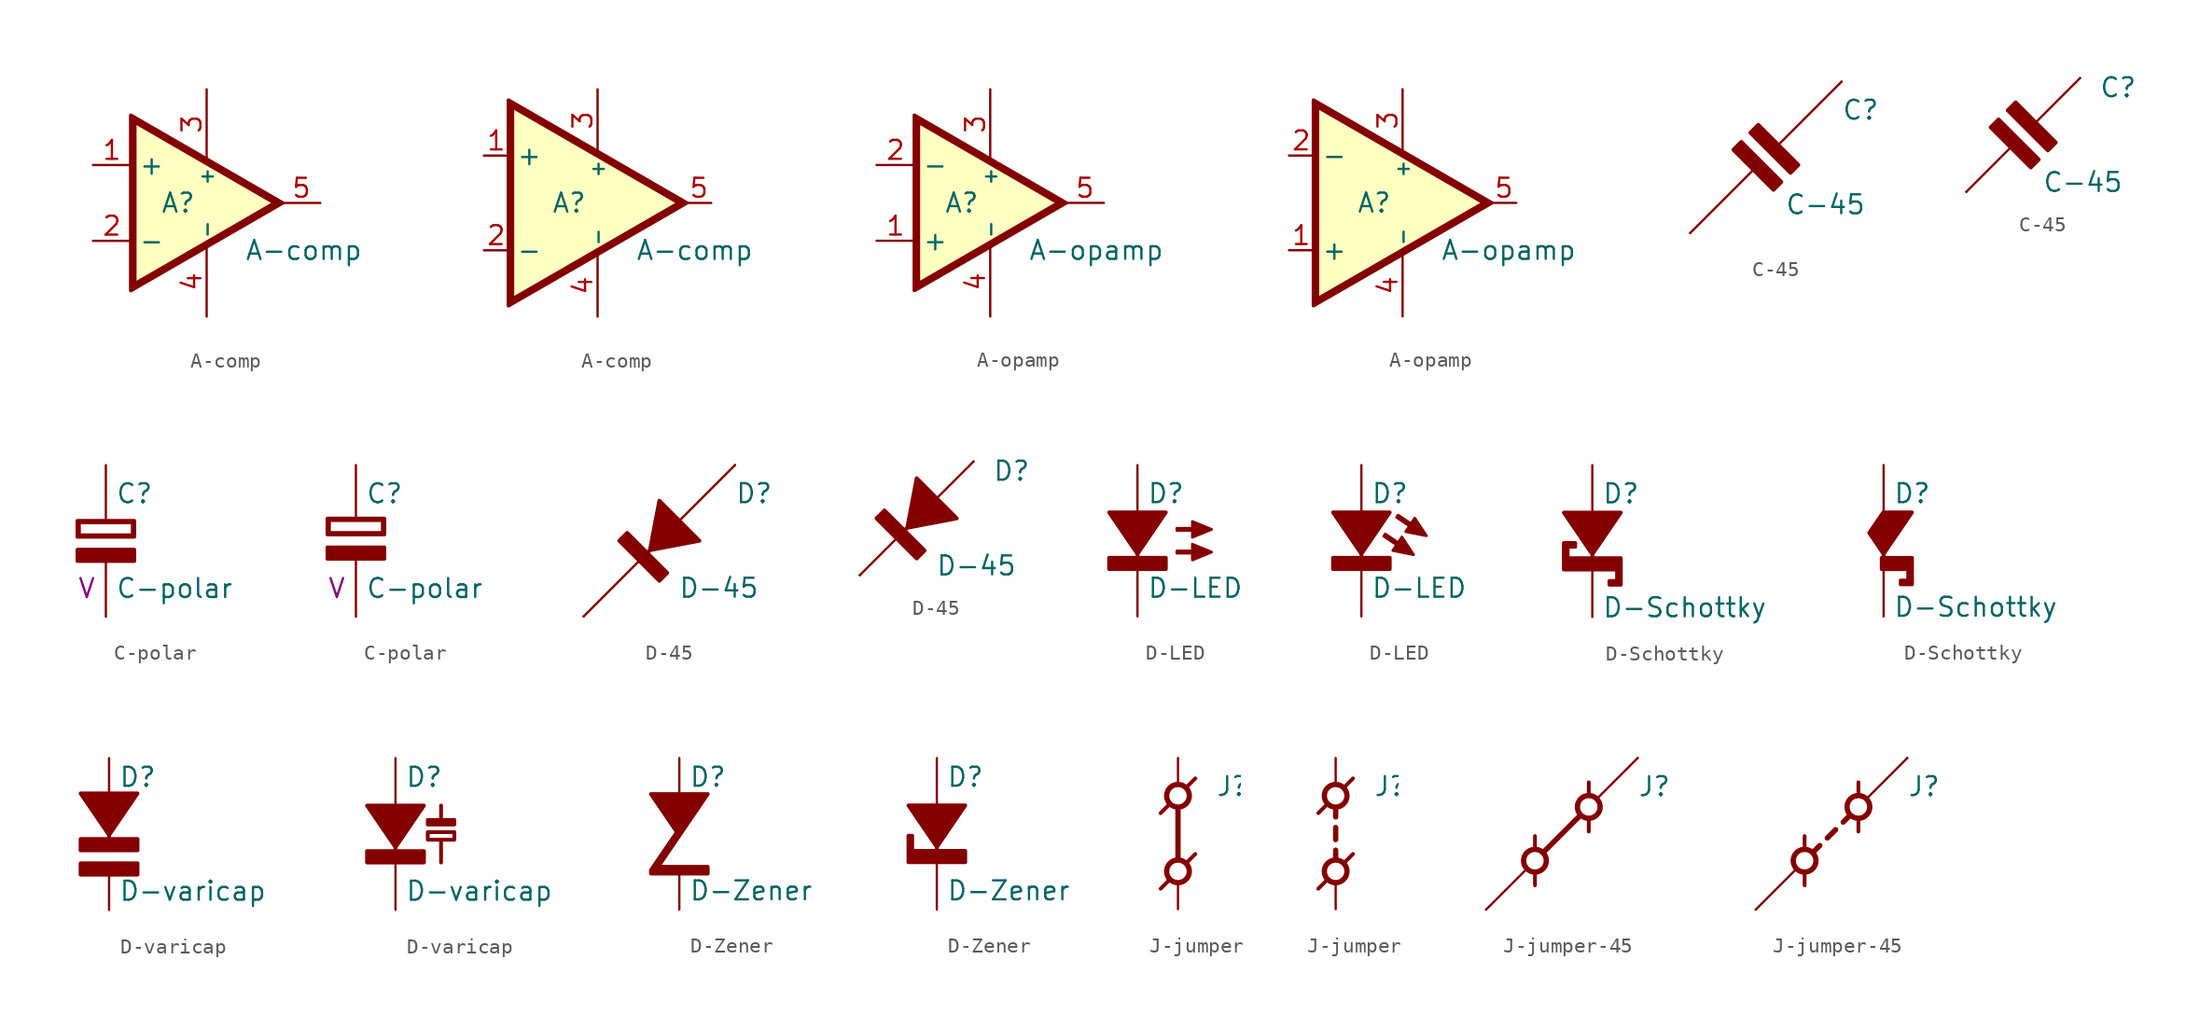
<source format=kicad_sym>
(kicad_symbol_lib
  (version 20220914)
  (generator kicad_symbol_editor)
  (symbol "A-comp"
    (property "Reference" "A"
      (at -1.905 0 0)
      (do_not_autoplace)
      (effects (font (size 1.27 1.27))))
    (property "Value" "A-comp"
      (at 2.54 -3.175 0)
      (effects (font (size 1.27 1.27)) (justify left)))
    (symbol "A-comp_1_1"
      (polyline (pts (xy 4.851 0) (xy -4.953 5.664) (xy -4.953 -5.664) (xy 4.851 0)) (stroke (width -0.051) (type default)) (fill (type background)))
      (polyline (pts (xy 5.08 0) (xy -5.08 5.867) (xy -5.08 -5.867) (xy 5.08 0) (xy 4.572 0) (xy -4.826 -5.436) (xy -4.826 5.436) (xy 4.572 0) (xy 5.08 0)) (stroke (width 0.254) (type default)) (fill (type outline)))
      (pin input line (at -7.62 2.54 0) (length 2.54) (name "+" (effects (font (size 1.27 1.27)))) (number "1" (effects (font (size 1.27 1.27)))))
      (pin input line (at -7.62 -2.54 0) (length 2.54) (name "-" (effects (font (size 1.27 1.27)))) (number "2" (effects (font (size 1.27 1.27)))))
      (pin power_in line (at 0 7.62 270) (length 4.674) (name "+" (effects (font (size 0.914 0.914)))) (number "3" (effects (font (size 1.27 1.27)))))
      (pin power_in line (at 0 -7.62 90) (length 4.674) (name "-" (effects (font (size 0.914 0.914)))) (number "4" (effects (font (size 1.27 1.27)))))
      (pin output line (at 7.62 0 180) (length 2.54) (name "OUT" (effects (font (size 0 0)))) (number "5" (effects (font (size 1.27 1.27))))))
    (symbol "A-comp_1_2"
      (polyline (pts (xy 5.715 0) (xy -5.842 6.655) (xy -5.842 -6.655) (xy 5.715 0)) (stroke (width -0.051) (type default)) (fill (type background)))
      (polyline (pts (xy 5.969 0) (xy -5.969 6.883) (xy -5.969 -6.883) (xy 5.969 0) (xy 5.461 0) (xy -5.715 -6.452) (xy -5.715 6.452) (xy 5.461 0) (xy 5.969 0)) (stroke (width 0.254) (type default)) (fill (type outline)))
      (pin input line (at -7.62 3.175 0) (length 1.651) (name "+" (effects (font (size 1.27 1.27)))) (number "1" (effects (font (size 1.27 1.27)))))
      (pin input line (at -7.62 -3.175 0) (length 1.651) (name "-" (effects (font (size 1.27 1.27)))) (number "2" (effects (font (size 1.27 1.27)))))
      (pin power_in line (at 0 7.62 270) (length 4.166) (name "+" (effects (font (size 0.914 0.914)))) (number "3" (effects (font (size 1.27 1.27)))))
      (pin power_in line (at 0 -7.62 90) (length 4.166) (name "-" (effects (font (size 0.914 0.914)))) (number "4" (effects (font (size 1.27 1.27)))))
      (pin output line (at 7.62 0 180) (length 1.651) (name "OUT" (effects (font (size 0 0)))) (number "5" (effects (font (size 1.27 1.27)))))))
  (symbol "A-opamp"
    (property "Reference" "A"
      (at -1.905 0 0)
      (do_not_autoplace)
      (effects (font (size 1.27 1.27))))
    (property "Value" "A-opamp"
      (at 2.54 -3.175 0)
      (effects (font (size 1.27 1.27)) (justify left)))
    (symbol "A-opamp_1_1"
      (polyline (pts (xy 4.851 0) (xy -4.953 5.664) (xy -4.953 -5.664) (xy 4.851 0)) (stroke (width -0.051) (type default)) (fill (type background)))
      (polyline (pts (xy 5.08 0) (xy -5.08 5.867) (xy -5.08 -5.867) (xy 5.08 0) (xy 4.572 0) (xy -4.826 -5.436) (xy -4.826 5.436) (xy 4.572 0) (xy 5.08 0)) (stroke (width 0.254) (type default)) (fill (type outline)))
      (pin input line (at -7.62 -2.54 0) (length 2.54) (name "+" (effects (font (size 1.27 1.27)))) (number "1" (effects (font (size 1.27 1.27)))))
      (pin input line (at -7.62 2.54 0) (length 2.54) (name "-" (effects (font (size 1.27 1.27)))) (number "2" (effects (font (size 1.27 1.27)))))
      (pin power_in line (at 0 7.62 270) (length 4.674) (name "+" (effects (font (size 0.914 0.914)))) (number "3" (effects (font (size 1.27 1.27)))))
      (pin power_in line (at 0 -7.62 90) (length 4.674) (name "-" (effects (font (size 0.914 0.914)))) (number "4" (effects (font (size 1.27 1.27)))))
      (pin output line (at 7.62 0 180) (length 2.54) (name "OUT" (effects (font (size 0 0)))) (number "5" (effects (font (size 1.27 1.27))))))
    (symbol "A-opamp_1_2"
      (polyline (pts (xy 5.715 0) (xy -5.842 6.655) (xy -5.842 -6.655) (xy 5.715 0)) (stroke (width -0.051) (type default)) (fill (type background)))
      (polyline (pts (xy 5.969 0) (xy -5.969 6.883) (xy -5.969 -6.883) (xy 5.969 0) (xy 5.461 0) (xy -5.715 -6.452) (xy -5.715 6.452) (xy 5.461 0) (xy 5.969 0)) (stroke (width 0.254) (type default)) (fill (type outline)))
      (pin input line (at -7.62 -3.175 0) (length 1.651) (name "+" (effects (font (size 1.27 1.27)))) (number "1" (effects (font (size 1.27 1.27)))))
      (pin input line (at -7.62 3.175 0) (length 1.651) (name "-" (effects (font (size 1.27 1.27)))) (number "2" (effects (font (size 1.27 1.27)))))
      (pin power_in line (at 0 7.62 270) (length 4.166) (name "+" (effects (font (size 0.914 0.914)))) (number "3" (effects (font (size 1.27 1.27)))))
      (pin power_in line (at 0 -7.62 90) (length 4.166) (name "-" (effects (font (size 0.914 0.914)))) (number "4" (effects (font (size 1.27 1.27)))))
      (pin output line (at 7.62 0 180) (length 1.651) (name "OUT" (effects (font (size 0 0)))) (number "5" (effects (font (size 1.27 1.27)))))))
  (symbol "C-45"
    (pin_numbers hide)
    (pin_names
      (offset 0) hide)
    (property "Reference" "C"
      (at 5.08 3.175 0)
      (effects (font (size 1.27 1.27)) (justify left)))
    (property "Value" "C-45"
      (at 1.27 -3.175 0)
      (effects (font (size 1.27 1.27)) (justify left)))
    (symbol "C-45_1_0"
      (polyline (pts (xy -2.184 0.508) (xy 0.508 -2.184) (xy 1.041 -1.651) (xy -1.651 1.041) (xy -2.184 0.508)) (stroke (width 0.254) (type default)) (fill (type outline)))
      (polyline (pts (xy -1.041 1.651) (xy 1.651 -1.041) (xy 2.184 -0.508) (xy -0.508 2.184) (xy -1.041 1.651)) (stroke (width 0.254) (type default)) (fill (type outline))))
    (symbol "C-45_1_1"
      (polyline (pts (xy -0.838 -0.838) (xy -5.08 -5.08)) (stroke (width 0) (type default)) (fill (type none)))
      (polyline (pts (xy 5.08 5.08) (xy 0.838 0.838)) (stroke (width 0) (type default)) (fill (type none)))
      (pin passive line (at 5.08 5.08 270) (length 0) (name "+" (effects (font (size 1.27 1.27)))) (number "1" (effects (font (size 1.27 1.27)))))
      (pin passive line (at -5.08 -5.08 90) (length 0) (name "-" (effects (font (size 1.27 1.27)))) (number "2" (effects (font (size 1.27 1.27))))))
    (symbol "C-45_1_2"
      (polyline (pts (xy -0.838 -0.838) (xy -3.81 -3.81)) (stroke (width 0) (type default)) (fill (type none)))
      (polyline (pts (xy 3.81 3.81) (xy 0.838 0.838)) (stroke (width 0) (type default)) (fill (type none)))
      (pin passive line (at 3.81 3.81 270) (length 0) (name "+" (effects (font (size 1.27 1.27)))) (number "1" (effects (font (size 1.27 1.27)))))
      (pin passive line (at -3.81 -3.81 90) (length 0) (name "-" (effects (font (size 1.27 1.27)))) (number "2" (effects (font (size 1.27 1.27)))))))
  (symbol "C-polar"
    (pin_numbers hide)
    (pin_names
      (offset 0) hide)
    (property "Reference" "C"
      (at 0.635 3.175 0)
      (effects (font (size 1.27 1.27)) (justify left)))
    (property "Value" "C-polar"
      (at 0.635 -3.175 0)
      (effects (font (size 1.27 1.27)) (justify left)))
    (property "Rating" "V"
      (at -0.635 -3.175 0)
      (effects (font (size 1.27 1.27)) (justify right)))
    (symbol "C-polar_1_1"
      (rectangle (start -1.905 -0.584) (end 1.905 -1.346) (stroke (width 0.254) (type default)) (fill (type outline)))
      (polyline (pts (xy -1.905 0.279) (xy 1.905 0.279) (xy 1.905 1.346) (xy -1.905 1.346) (xy -1.905 0.279) (xy -1.803 0.381) (xy -1.803 1.245) (xy 1.803 1.245) (xy 1.803 0.381) (xy -1.803 0.381) (xy -1.905 0.279)) (stroke (width 0.254) (type default)) (fill (type outline)))
      (pin passive line (at 0 5.08 270) (length 3.734) (name "+" (effects (font (size 1.27 1.27)))) (number "1" (effects (font (size 1.27 1.27)))))
      (pin passive line (at 0 -5.08 90) (length 3.734) (name "-" (effects (font (size 1.27 1.27)))) (number "2" (effects (font (size 1.27 1.27))))))
    (symbol "C-polar_1_2"
      (rectangle (start -1.905 -0.432) (end 1.905 -1.194) (stroke (width 0.254) (type default)) (fill (type outline)))
      (polyline (pts (xy -1.905 0.432) (xy 1.905 0.432) (xy 1.905 1.499) (xy -1.905 1.499) (xy -1.905 0.432) (xy -1.803 0.533) (xy -1.803 1.397) (xy 1.803 1.397) (xy 1.803 0.533) (xy -1.803 0.533) (xy -1.905 0.432)) (stroke (width 0.254) (type default)) (fill (type outline)))
      (pin passive line (at 0 5.08 270) (length 3.581) (name "+" (effects (font (size 1.27 1.27)))) (number "1" (effects (font (size 1.27 1.27)))))
      (pin passive line (at 0 -5.08 90) (length 3.886) (name "-" (effects (font (size 1.27 1.27)))) (number "2" (effects (font (size 1.27 1.27)))))))
  (symbol "D-45"
    (pin_numbers hide)
    (pin_names
      (offset 0) hide)
    (property "Reference" "D"
      (at 5.08 3.175 0)
      (effects (font (size 1.27 1.27)) (justify left)))
    (property "Value" "D-45"
      (at 1.27 -3.175 0)
      (effects (font (size 1.27 1.27)) (justify left)))
    (symbol "D-45_1_0"
      (polyline (pts (xy -2.692 0) (xy 0 -2.692) (xy 0.533 -2.159) (xy -0.813 -0.813) (xy -0.635 -0.635) (xy 2.692 0) (xy 0 2.692) (xy -0.635 -0.635) (xy -0.813 -0.813) (xy -2.159 0.533) (xy -2.692 0)) (stroke (width 0.254) (type default)) (fill (type outline))))
    (symbol "D-45_1_1"
      (polyline (pts (xy -1.346 -1.346) (xy -5.08 -5.08)) (stroke (width 0) (type default)) (fill (type none)))
      (polyline (pts (xy 5.08 5.08) (xy 1.346 1.346)) (stroke (width 0) (type default)) (fill (type none)))
      (pin passive line (at -5.08 -5.08 90) (length 0) (name "K-" (effects (font (size 1.27 1.27)))) (number "1" (effects (font (size 1.27 1.27)))))
      (pin passive line (at 5.08 5.08 270) (length 0) (name "A+" (effects (font (size 1.27 1.27)))) (number "2" (effects (font (size 1.27 1.27))))))
    (symbol "D-45_1_2"
      (polyline (pts (xy -1.346 -1.346) (xy -3.81 -3.81)) (stroke (width 0) (type default)) (fill (type none)))
      (polyline (pts (xy 3.81 3.81) (xy 1.346 1.346)) (stroke (width 0) (type default)) (fill (type none)))
      (pin passive line (at -3.81 -3.81 90) (length 0) (name "K-" (effects (font (size 1.27 1.27)))) (number "1" (effects (font (size 1.27 1.27)))))
      (pin passive line (at 3.81 3.81 270) (length 0) (name "A+" (effects (font (size 1.27 1.27)))) (number "2" (effects (font (size 1.27 1.27)))))))
  (symbol "D-LED"
    (pin_numbers hide)
    (pin_names
      (offset 0) hide)
    (property "Reference" "D"
      (at 0.635 3.175 0)
      (effects (font (size 1.27 1.27)) (justify left)))
    (property "Value" "D-LED"
      (at 0.635 -3.175 0)
      (effects (font (size 1.27 1.27)) (justify left)))
    (symbol "D-LED_1_0"
      (polyline (pts (xy -1.905 -1.905) (xy 1.905 -1.905) (xy 1.905 -1.143) (xy 0 -1.143) (xy 0 -0.889) (xy 1.905 1.905) (xy -1.905 1.905) (xy 0 -0.889) (xy 0 -1.143) (xy -1.905 -1.143) (xy -1.905 -1.905)) (stroke (width 0.254) (type default)) (fill (type outline)))
      (pin passive line (at 0 -5.08 90) (length 3.175) (name "K-" (effects (font (size 1.27 1.27)))) (number "1" (effects (font (size 1.27 1.27)))))
      (pin passive line (at 0 5.08 270) (length 3.175) (name "A+" (effects (font (size 1.27 1.27)))) (number "2" (effects (font (size 1.27 1.27))))))
    (symbol "D-LED_1_1"
      (polyline (pts (xy 4.978 -0.762) (xy 3.683 -0.229) (xy 3.683 -0.686) (xy 2.642 -0.686) (xy 2.642 -0.838) (xy 3.683 -0.838) (xy 3.683 -1.295) (xy 4.978 -0.762)) (stroke (width 0.178) (type default)) (fill (type outline)))
      (polyline (pts (xy 4.978 0.762) (xy 3.683 1.295) (xy 3.683 0.838) (xy 2.642 0.838) (xy 2.642 0.686) (xy 3.683 0.686) (xy 3.683 0.229) (xy 4.978 0.762)) (stroke (width 0.178) (type default)) (fill (type outline))))
    (symbol "D-LED_1_2"
      (polyline (pts (xy 3.505 -0.94) (xy 2.718 0.254) (xy 2.464 -0.127) (xy 1.6 0.457) (xy 1.499 0.305) (xy 2.362 -0.279) (xy 2.108 -0.66) (xy 3.505 -0.94)) (stroke (width 0.178) (type default)) (fill (type outline)))
      (polyline (pts (xy 4.369 0.33) (xy 3.581 1.524) (xy 3.327 1.143) (xy 2.464 1.727) (xy 2.362 1.575) (xy 3.226 0.991) (xy 2.972 0.61) (xy 4.369 0.33)) (stroke (width 0.178) (type default)) (fill (type outline))))
    (symbol "D-LED_1_3"
      (polyline (pts (xy 3.353 1.422) (xy 2.032 0.889) (xy 2.362 0.559) (xy 1.626 -0.178) (xy 1.753 -0.305) (xy 2.489 0.432) (xy 2.819 0.102) (xy 3.353 1.422)) (stroke (width 0.178) (type default)) (fill (type outline)))
      (polyline (pts (xy 4.47 0.305) (xy 3.15 -0.229) (xy 3.48 -0.559) (xy 2.743 -1.295) (xy 2.87 -1.422) (xy 3.607 -0.686) (xy 3.937 -1.016) (xy 4.47 0.305)) (stroke (width 0.178) (type default)) (fill (type outline))))
    (symbol "D-LED_1_4"
      (polyline (pts (xy 4.623 -0.762) (xy 3.327 -0.229) (xy 3.327 -0.686) (xy 2.286 -0.686) (xy 2.286 -0.838) (xy 3.327 -0.838) (xy 3.327 -1.295) (xy 4.623 -0.762)) (stroke (width 0.178) (type default)) (fill (type outline)))
      (polyline (pts (xy 4.623 0.762) (xy 3.327 1.295) (xy 3.327 0.838) (xy 2.286 0.838) (xy 2.286 0.686) (xy 3.327 0.686) (xy 3.327 0.229) (xy 4.623 0.762)) (stroke (width 0.178) (type default)) (fill (type outline)))))
  (symbol "D-Schottky"
    (pin_numbers hide)
    (pin_names
      (offset 0) hide)
    (property "Reference" "D"
      (at 0.635 3.175 0)
      (effects (font (size 1.27 1.27)) (justify left)))
    (property "Value" "D-Schottky"
      (at 0.635 -4.445 0)
      (effects (font (size 1.27 1.27)) (justify left)))
    (symbol "D-Schottky_1_0"
      (pin passive line (at 0 -5.08 90) (length 3.175) (name "K-" (effects (font (size 1.27 1.27)))) (number "1" (effects (font (size 1.27 1.27)))))
      (pin passive line (at 0 5.08 270) (length 3.175) (name "A+" (effects (font (size 1.27 1.27)))) (number "2" (effects (font (size 1.27 1.27))))))
    (symbol "D-Schottky_1_1"
      (polyline (pts (xy -1.905 -1.905) (xy 1.651 -1.905) (xy 1.651 -2.667) (xy 1.143 -2.667) (xy 1.143 -2.921) (xy 1.905 -2.921) (xy 1.905 -1.143) (xy 0 -1.143) (xy 0 -0.889) (xy 1.905 1.905) (xy -1.905 1.905) (xy 0 -0.889) (xy 0 -1.143) (xy -1.651 -1.143) (xy -1.651 -0.381) (xy -1.143 -0.381) (xy -1.143 -0.127) (xy -1.905 -0.127) (xy -1.905 -1.905)) (stroke (width 0.254) (type default)) (fill (type outline))))
    (symbol "D-Schottky_1_2"
      (polyline (pts (xy -0.127 -1.905) (xy 1.651 -1.905) (xy 1.651 -2.667) (xy 1.143 -2.667) (xy 1.143 -2.921) (xy 1.905 -2.921) (xy 1.905 -1.143) (xy 0 -1.143) (xy 0 -0.889) (xy 1.905 1.905) (xy -0.025 1.905) (xy -0.965 0.533) (xy 0 -0.889) (xy 0 -1.143) (xy -0.127 -1.143) (xy -0.127 -1.905)) (stroke (width 0.254) (type default)) (fill (type outline)))))
  (symbol "D-varicap"
    (pin_numbers hide)
    (pin_names
      (offset 0) hide)
    (property "Reference" "D"
      (at 0.635 3.81 0)
      (effects (font (size 1.27 1.27)) (justify left)))
    (property "Value" "D-varicap"
      (at 0.635 -3.81 0)
      (effects (font (size 1.27 1.27)) (justify left)))
    (symbol "D-varicap_1_1"
      (rectangle (start -1.905 -1.956) (end 1.905 -2.718) (stroke (width 0.254) (type default)) (fill (type outline)))
      (polyline (pts (xy -1.905 -1.092) (xy 1.905 -1.092) (xy 1.905 -0.33) (xy 0 -0.33) (xy 0 -0.076) (xy 1.905 2.718) (xy -1.905 2.718) (xy 0 -0.076) (xy 0 -0.33) (xy -1.905 -0.33) (xy -1.905 -1.092)) (stroke (width 0.254) (type default)) (fill (type outline)))
      (pin passive line (at 0 -5.08 90) (length 2.362) (name "K-" (effects (font (size 1.27 1.27)))) (number "1" (effects (font (size 1.27 1.27)))))
      (pin passive line (at 0 5.08 270) (length 2.362) (name "A+" (effects (font (size 1.27 1.27)))) (number "2" (effects (font (size 1.27 1.27))))))
    (symbol "D-varicap_1_2"
      (polyline (pts (xy 3.048 -1.905) (xy 3.048 -0.381)) (stroke (width 0.254) (type default)) (fill (type none)))
      (polyline (pts (xy 3.048 1.905) (xy 3.048 0.94)) (stroke (width 0.254) (type default)) (fill (type none)))
      (polyline (pts (xy -1.905 -1.905) (xy 1.905 -1.905) (xy 1.905 -1.143) (xy 0 -1.143) (xy 0 -0.889) (xy 1.905 1.905) (xy -1.905 1.905) (xy 0 -0.889) (xy 0 -1.143) (xy -1.905 -1.143) (xy -1.905 -1.905)) (stroke (width 0.254) (type default)) (fill (type outline)))
      (rectangle (start 2.159 0.127) (end 3.937 -0.381) (stroke (width 0.254) (type default)) (fill (type none)))
      (rectangle (start 2.159 0.94) (end 3.937 0.635) (stroke (width 0.254) (type default)) (fill (type outline)))
      (pin passive line (at 0 -5.08 90) (length 3.175) (name "K-" (effects (font (size 1.27 1.27)))) (number "1" (effects (font (size 1.27 1.27)))))
      (pin passive line (at 0 5.08 270) (length 3.175) (name "A+" (effects (font (size 1.27 1.27)))) (number "2" (effects (font (size 1.27 1.27)))))))
  (symbol "D-Zener"
    (pin_numbers hide)
    (pin_names
      (offset 0) hide)
    (property "Reference" "D"
      (at 0.635 3.81 0)
      (effects (font (size 1.27 1.27)) (justify left)))
    (property "Value" "D-Zener"
      (at 0.635 -3.81 0)
      (effects (font (size 1.27 1.27)) (justify left)))
    (symbol "D-Zener_1_1"
      (polyline (pts (xy 0 -0.127) (xy -1.905 2.667) (xy 1.905 2.667) (xy -1.524 -2.362) (xy -1.524 -2.21) (xy 1.905 -2.21) (xy 1.905 -2.667) (xy -1.905 -2.667) (xy -1.905 -2.438) (xy 0 0.356) (xy 0 -0.127)) (stroke (width 0.254) (type default)) (fill (type outline)))
      (pin passive line (at 0 -5.08 90) (length 2.413) (name "K-" (effects (font (size 1.27 1.27)))) (number "1" (effects (font (size 1.27 1.27)))))
      (pin passive line (at 0 5.08 270) (length 2.413) (name "A+" (effects (font (size 1.27 1.27)))) (number "2" (effects (font (size 1.27 1.27))))))
    (symbol "D-Zener_1_2"
      (polyline (pts (xy -1.905 -1.905) (xy 1.905 -1.905) (xy 1.905 -1.143) (xy 0 -1.143) (xy 0 -0.889) (xy 1.905 1.905) (xy -1.905 1.905) (xy 0 -0.889) (xy 0 -1.143) (xy -1.651 -1.143) (xy -1.651 -0.127) (xy -1.905 -0.127) (xy -1.905 -1.905)) (stroke (width 0.254) (type default)) (fill (type outline)))
      (pin passive line (at 0 -5.08 90) (length 3.175) (name "K-" (effects (font (size 1.27 1.27)))) (number "1" (effects (font (size 1.27 1.27)))))
      (pin passive line (at 0 5.08 270) (length 3.175) (name "A+" (effects (font (size 1.27 1.27)))) (number "2" (effects (font (size 1.27 1.27))))))
    (symbol "D-Zener_1_3"
      (polyline (pts (xy -1.905 -1.905) (xy 1.651 -1.905) (xy 1.651 -2.921) (xy 1.905 -2.921) (xy 1.905 -1.143) (xy 0 -1.143) (xy 0 -0.889) (xy 1.905 1.905) (xy -1.905 1.905) (xy 0 -0.889) (xy 0 -1.143) (xy -1.651 -1.143) (xy -1.651 -0.127) (xy -1.905 -0.127) (xy -1.905 -1.905)) (stroke (width 0.254) (type default)) (fill (type outline)))
      (pin passive line (at 0 -5.08 90) (length 3.175) (name "K-" (effects (font (size 1.27 1.27)))) (number "1" (effects (font (size 1.27 1.27)))))
      (pin passive line (at 0 5.08 270) (length 3.175) (name "A+" (effects (font (size 1.27 1.27)))) (number "2" (effects (font (size 1.27 1.27)))))))
  (symbol "J-jumper"
    (pin_numbers hide)
    (pin_names
      (offset 0) hide)
    (property "Reference" "J"
      (at 2.54 3.175 0)
      (effects (font (size 1.27 1.27)) (justify left)))
    (symbol "J-jumper_0_3"
      (polyline (pts (xy 0 0)) (stroke (width -0.051) (type default)) (fill (type none))))
    (symbol "J-jumper_1_0"
      (circle (center 0 -2.54) (radius 0.762) (stroke (width 0.356) (type default)) (fill (type none)))
      (polyline (pts (xy -0.584 -3.124) (xy -1.168 -3.708)) (stroke (width 0.254) (type default)) (fill (type none)))
      (polyline (pts (xy -0.584 1.956) (xy -1.168 1.372)) (stroke (width 0.254) (type default)) (fill (type none)))
      (polyline (pts (xy 0.584 -1.956) (xy 1.168 -1.372)) (stroke (width 0.254) (type default)) (fill (type none)))
      (polyline (pts (xy 0.584 3.124) (xy 1.168 3.708)) (stroke (width 0.254) (type default)) (fill (type none)))
      (circle (center 0 2.54) (radius 0.762) (stroke (width 0.356) (type default)) (fill (type none)))
      (pin passive line (at 0 5.08 270) (length 1.727) (name "1" (effects (font (size 1.27 1.27)))) (number "1" (effects (font (size 1.27 1.27)))))
      (pin passive line (at 0 -5.08 90) (length 1.727) (name "2" (effects (font (size 1.27 1.27)))) (number "2" (effects (font (size 1.27 1.27))))))
    (symbol "J-jumper_1_1"
      (polyline (pts (xy 0 -1.727) (xy 0 1.727)) (stroke (width 0.356) (type default)) (fill (type none))))
    (symbol "J-jumper_1_2"
      (polyline (pts (xy 0 -1.727) (xy 0 -1.118)) (stroke (width 0.356) (type default)) (fill (type none)))
      (polyline (pts (xy 0 -0.406) (xy 0 0.406)) (stroke (width 0.356) (type default)) (fill (type none)))
      (polyline (pts (xy 0 1.118) (xy 0 1.727)) (stroke (width 0.356) (type default)) (fill (type none)))))
  (symbol "J-jumper-45"
    (pin_numbers hide)
    (pin_names
      (offset 0) hide)
    (property "Reference" "J"
      (at 5.08 3.175 0)
      (effects (font (size 1.27 1.27)) (justify left)))
    (symbol "J-jumper-45_0_3"
      (polyline (pts (xy 0 0)) (stroke (width -0.051) (type default)) (fill (type none))))
    (symbol "J-jumper-45_1_0"
      (circle (center -1.803 -1.803) (radius 0.762) (stroke (width 0.356) (type default)) (fill (type none)))
      (polyline (pts (xy -2.388 -2.388) (xy -5.08 -5.08)) (stroke (width 0) (type default)) (fill (type none)))
      (polyline (pts (xy -1.803 -2.642) (xy -1.803 -3.454)) (stroke (width 0.254) (type default)) (fill (type none)))
      (polyline (pts (xy -1.803 -0.965) (xy -1.803 -0.152)) (stroke (width 0.254) (type default)) (fill (type none)))
      (polyline (pts (xy 1.803 0.965) (xy 1.803 0.152)) (stroke (width 0.254) (type default)) (fill (type none)))
      (polyline (pts (xy 1.803 2.642) (xy 1.803 3.454)) (stroke (width 0.254) (type default)) (fill (type none)))
      (polyline (pts (xy 5.08 5.08) (xy 2.388 2.388)) (stroke (width 0) (type default)) (fill (type none)))
      (circle (center 1.803 1.803) (radius 0.762) (stroke (width 0.356) (type default)) (fill (type none)))
      (pin passive line (at 5.08 5.08 270) (length 0) (name "+" (effects (font (size 1.27 1.27)))) (number "1" (effects (font (size 1.27 1.27)))))
      (pin passive line (at -5.08 -5.08 90) (length 0) (name "-" (effects (font (size 1.27 1.27)))) (number "2" (effects (font (size 1.27 1.27))))))
    (symbol "J-jumper-45_1_1"
      (polyline (pts (xy -1.219 -1.219) (xy 1.219 1.219)) (stroke (width 0.356) (type default)) (fill (type none))))
    (symbol "J-jumper-45_1_2"
      (polyline (pts (xy -1.219 -1.219) (xy -0.787 -0.787)) (stroke (width 0.356) (type default)) (fill (type none)))
      (polyline (pts (xy -0.279 -0.279) (xy 0.279 0.279)) (stroke (width 0.356) (type default)) (fill (type none)))
      (polyline (pts (xy 0.787 0.787) (xy 1.219 1.219)) (stroke (width 0.356) (type default)) (fill (type none))))))
</source>
